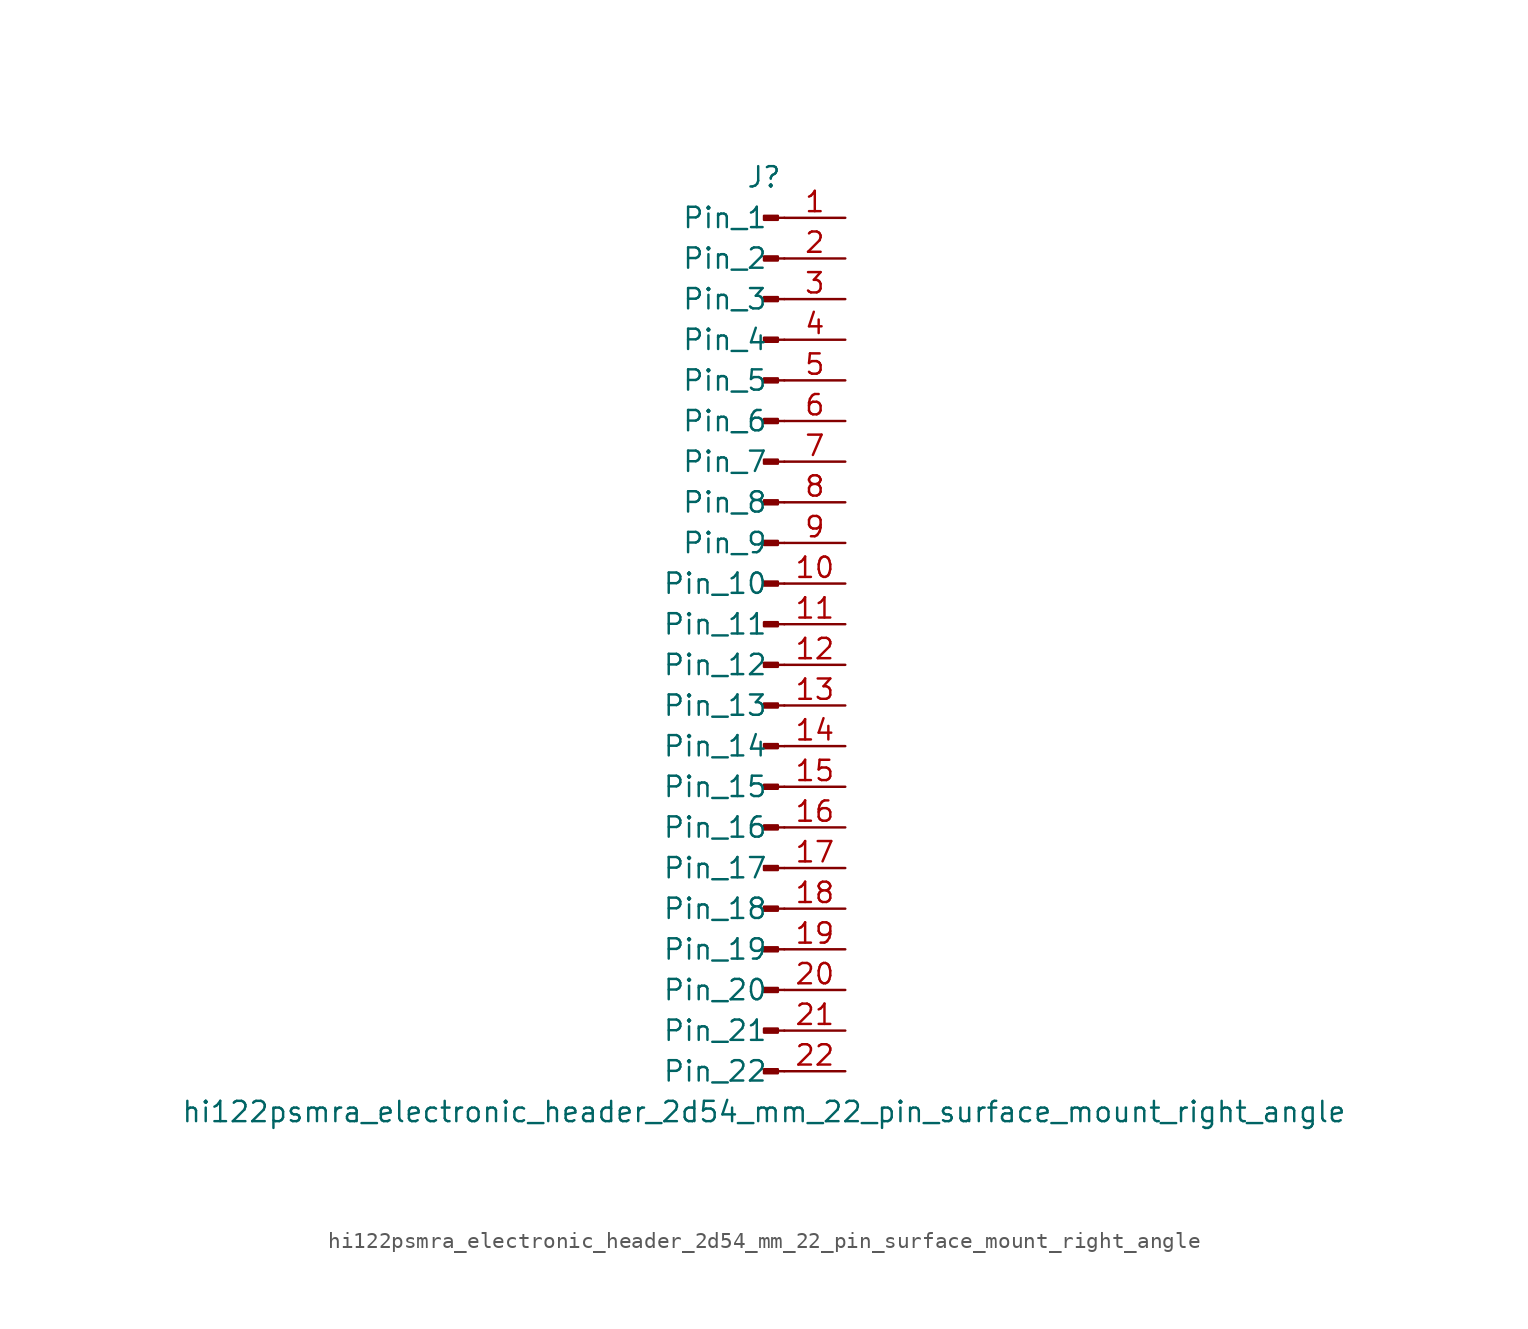
<source format=kicad_sym>
(kicad_symbol_lib
  (version 20220914)
  (generator kicad_symbol_editor)
  (symbol "hi122psmra_electronic_header_2d54_mm_22_pin_surface_mount_right_angle"
    (pin_names
      (offset 1.016))
    (property "Reference" "J"
      (at 0 27.94 0)
      (effects (font (size 1.27 1.27))))
    (property "Value" "hi122psmra_electronic_header_2d54_mm_22_pin_surface_mount_right_angle"
      (at 0 -30.48 0)
      (effects (font (size 1.27 1.27))))
    (property "ki_locked" ""
      (at 0 0 0)
      (effects (font (size 1.27 1.27))))
    (symbol "hi122psmra_electronic_header_2d54_mm_22_pin_surface_mount_right_angle_1_1"
      (polyline (pts (xy 1.27 -27.94) (xy 0.864 -27.94)) (stroke (width 0.152) (type default)) (fill (type none)))
      (polyline (pts (xy 1.27 -25.4) (xy 0.864 -25.4)) (stroke (width 0.152) (type default)) (fill (type none)))
      (polyline (pts (xy 1.27 -22.86) (xy 0.864 -22.86)) (stroke (width 0.152) (type default)) (fill (type none)))
      (polyline (pts (xy 1.27 -20.32) (xy 0.864 -20.32)) (stroke (width 0.152) (type default)) (fill (type none)))
      (polyline (pts (xy 1.27 -17.78) (xy 0.864 -17.78)) (stroke (width 0.152) (type default)) (fill (type none)))
      (polyline (pts (xy 1.27 -15.24) (xy 0.864 -15.24)) (stroke (width 0.152) (type default)) (fill (type none)))
      (polyline (pts (xy 1.27 -12.7) (xy 0.864 -12.7)) (stroke (width 0.152) (type default)) (fill (type none)))
      (polyline (pts (xy 1.27 -10.16) (xy 0.864 -10.16)) (stroke (width 0.152) (type default)) (fill (type none)))
      (polyline (pts (xy 1.27 -7.62) (xy 0.864 -7.62)) (stroke (width 0.152) (type default)) (fill (type none)))
      (polyline (pts (xy 1.27 -5.08) (xy 0.864 -5.08)) (stroke (width 0.152) (type default)) (fill (type none)))
      (polyline (pts (xy 1.27 -2.54) (xy 0.864 -2.54)) (stroke (width 0.152) (type default)) (fill (type none)))
      (polyline (pts (xy 1.27 0) (xy 0.864 0)) (stroke (width 0.152) (type default)) (fill (type none)))
      (polyline (pts (xy 1.27 2.54) (xy 0.864 2.54)) (stroke (width 0.152) (type default)) (fill (type none)))
      (polyline (pts (xy 1.27 5.08) (xy 0.864 5.08)) (stroke (width 0.152) (type default)) (fill (type none)))
      (polyline (pts (xy 1.27 7.62) (xy 0.864 7.62)) (stroke (width 0.152) (type default)) (fill (type none)))
      (polyline (pts (xy 1.27 10.16) (xy 0.864 10.16)) (stroke (width 0.152) (type default)) (fill (type none)))
      (polyline (pts (xy 1.27 12.7) (xy 0.864 12.7)) (stroke (width 0.152) (type default)) (fill (type none)))
      (polyline (pts (xy 1.27 15.24) (xy 0.864 15.24)) (stroke (width 0.152) (type default)) (fill (type none)))
      (polyline (pts (xy 1.27 17.78) (xy 0.864 17.78)) (stroke (width 0.152) (type default)) (fill (type none)))
      (polyline (pts (xy 1.27 20.32) (xy 0.864 20.32)) (stroke (width 0.152) (type default)) (fill (type none)))
      (polyline (pts (xy 1.27 22.86) (xy 0.864 22.86)) (stroke (width 0.152) (type default)) (fill (type none)))
      (polyline (pts (xy 1.27 25.4) (xy 0.864 25.4)) (stroke (width 0.152) (type default)) (fill (type none)))
      (rectangle (start 0.864 -27.813) (end 0 -28.067) (stroke (width 0.152) (type default)) (fill (type outline)))
      (rectangle (start 0.864 -25.273) (end 0 -25.527) (stroke (width 0.152) (type default)) (fill (type outline)))
      (rectangle (start 0.864 -22.733) (end 0 -22.987) (stroke (width 0.152) (type default)) (fill (type outline)))
      (rectangle (start 0.864 -20.193) (end 0 -20.447) (stroke (width 0.152) (type default)) (fill (type outline)))
      (rectangle (start 0.864 -17.653) (end 0 -17.907) (stroke (width 0.152) (type default)) (fill (type outline)))
      (rectangle (start 0.864 -15.113) (end 0 -15.367) (stroke (width 0.152) (type default)) (fill (type outline)))
      (rectangle (start 0.864 -12.573) (end 0 -12.827) (stroke (width 0.152) (type default)) (fill (type outline)))
      (rectangle (start 0.864 -10.033) (end 0 -10.287) (stroke (width 0.152) (type default)) (fill (type outline)))
      (rectangle (start 0.864 -7.493) (end 0 -7.747) (stroke (width 0.152) (type default)) (fill (type outline)))
      (rectangle (start 0.864 -4.953) (end 0 -5.207) (stroke (width 0.152) (type default)) (fill (type outline)))
      (rectangle (start 0.864 -2.413) (end 0 -2.667) (stroke (width 0.152) (type default)) (fill (type outline)))
      (rectangle (start 0.864 0.127) (end 0 -0.127) (stroke (width 0.152) (type default)) (fill (type outline)))
      (rectangle (start 0.864 2.667) (end 0 2.413) (stroke (width 0.152) (type default)) (fill (type outline)))
      (rectangle (start 0.864 5.207) (end 0 4.953) (stroke (width 0.152) (type default)) (fill (type outline)))
      (rectangle (start 0.864 7.747) (end 0 7.493) (stroke (width 0.152) (type default)) (fill (type outline)))
      (rectangle (start 0.864 10.287) (end 0 10.033) (stroke (width 0.152) (type default)) (fill (type outline)))
      (rectangle (start 0.864 12.827) (end 0 12.573) (stroke (width 0.152) (type default)) (fill (type outline)))
      (rectangle (start 0.864 15.367) (end 0 15.113) (stroke (width 0.152) (type default)) (fill (type outline)))
      (rectangle (start 0.864 17.907) (end 0 17.653) (stroke (width 0.152) (type default)) (fill (type outline)))
      (rectangle (start 0.864 20.447) (end 0 20.193) (stroke (width 0.152) (type default)) (fill (type outline)))
      (rectangle (start 0.864 22.987) (end 0 22.733) (stroke (width 0.152) (type default)) (fill (type outline)))
      (rectangle (start 0.864 25.527) (end 0 25.273) (stroke (width 0.152) (type default)) (fill (type outline)))
      (pin passive line (at 5.08 25.4 180) (length 3.81) (name "Pin_1" (effects (font (size 1.27 1.27)))) (number "1" (effects (font (size 1.27 1.27)))))
      (pin passive line (at 5.08 2.54 180) (length 3.81) (name "Pin_10" (effects (font (size 1.27 1.27)))) (number "10" (effects (font (size 1.27 1.27)))))
      (pin passive line (at 5.08 0 180) (length 3.81) (name "Pin_11" (effects (font (size 1.27 1.27)))) (number "11" (effects (font (size 1.27 1.27)))))
      (pin passive line (at 5.08 -2.54 180) (length 3.81) (name "Pin_12" (effects (font (size 1.27 1.27)))) (number "12" (effects (font (size 1.27 1.27)))))
      (pin passive line (at 5.08 -5.08 180) (length 3.81) (name "Pin_13" (effects (font (size 1.27 1.27)))) (number "13" (effects (font (size 1.27 1.27)))))
      (pin passive line (at 5.08 -7.62 180) (length 3.81) (name "Pin_14" (effects (font (size 1.27 1.27)))) (number "14" (effects (font (size 1.27 1.27)))))
      (pin passive line (at 5.08 -10.16 180) (length 3.81) (name "Pin_15" (effects (font (size 1.27 1.27)))) (number "15" (effects (font (size 1.27 1.27)))))
      (pin passive line (at 5.08 -12.7 180) (length 3.81) (name "Pin_16" (effects (font (size 1.27 1.27)))) (number "16" (effects (font (size 1.27 1.27)))))
      (pin passive line (at 5.08 -15.24 180) (length 3.81) (name "Pin_17" (effects (font (size 1.27 1.27)))) (number "17" (effects (font (size 1.27 1.27)))))
      (pin passive line (at 5.08 -17.78 180) (length 3.81) (name "Pin_18" (effects (font (size 1.27 1.27)))) (number "18" (effects (font (size 1.27 1.27)))))
      (pin passive line (at 5.08 -20.32 180) (length 3.81) (name "Pin_19" (effects (font (size 1.27 1.27)))) (number "19" (effects (font (size 1.27 1.27)))))
      (pin passive line (at 5.08 22.86 180) (length 3.81) (name "Pin_2" (effects (font (size 1.27 1.27)))) (number "2" (effects (font (size 1.27 1.27)))))
      (pin passive line (at 5.08 -22.86 180) (length 3.81) (name "Pin_20" (effects (font (size 1.27 1.27)))) (number "20" (effects (font (size 1.27 1.27)))))
      (pin passive line (at 5.08 -25.4 180) (length 3.81) (name "Pin_21" (effects (font (size 1.27 1.27)))) (number "21" (effects (font (size 1.27 1.27)))))
      (pin passive line (at 5.08 -27.94 180) (length 3.81) (name "Pin_22" (effects (font (size 1.27 1.27)))) (number "22" (effects (font (size 1.27 1.27)))))
      (pin passive line (at 5.08 20.32 180) (length 3.81) (name "Pin_3" (effects (font (size 1.27 1.27)))) (number "3" (effects (font (size 1.27 1.27)))))
      (pin passive line (at 5.08 17.78 180) (length 3.81) (name "Pin_4" (effects (font (size 1.27 1.27)))) (number "4" (effects (font (size 1.27 1.27)))))
      (pin passive line (at 5.08 15.24 180) (length 3.81) (name "Pin_5" (effects (font (size 1.27 1.27)))) (number "5" (effects (font (size 1.27 1.27)))))
      (pin passive line (at 5.08 12.7 180) (length 3.81) (name "Pin_6" (effects (font (size 1.27 1.27)))) (number "6" (effects (font (size 1.27 1.27)))))
      (pin passive line (at 5.08 10.16 180) (length 3.81) (name "Pin_7" (effects (font (size 1.27 1.27)))) (number "7" (effects (font (size 1.27 1.27)))))
      (pin passive line (at 5.08 7.62 180) (length 3.81) (name "Pin_8" (effects (font (size 1.27 1.27)))) (number "8" (effects (font (size 1.27 1.27)))))
      (pin passive line (at 5.08 5.08 180) (length 3.81) (name "Pin_9" (effects (font (size 1.27 1.27)))) (number "9" (effects (font (size 1.27 1.27))))))))
</source>
